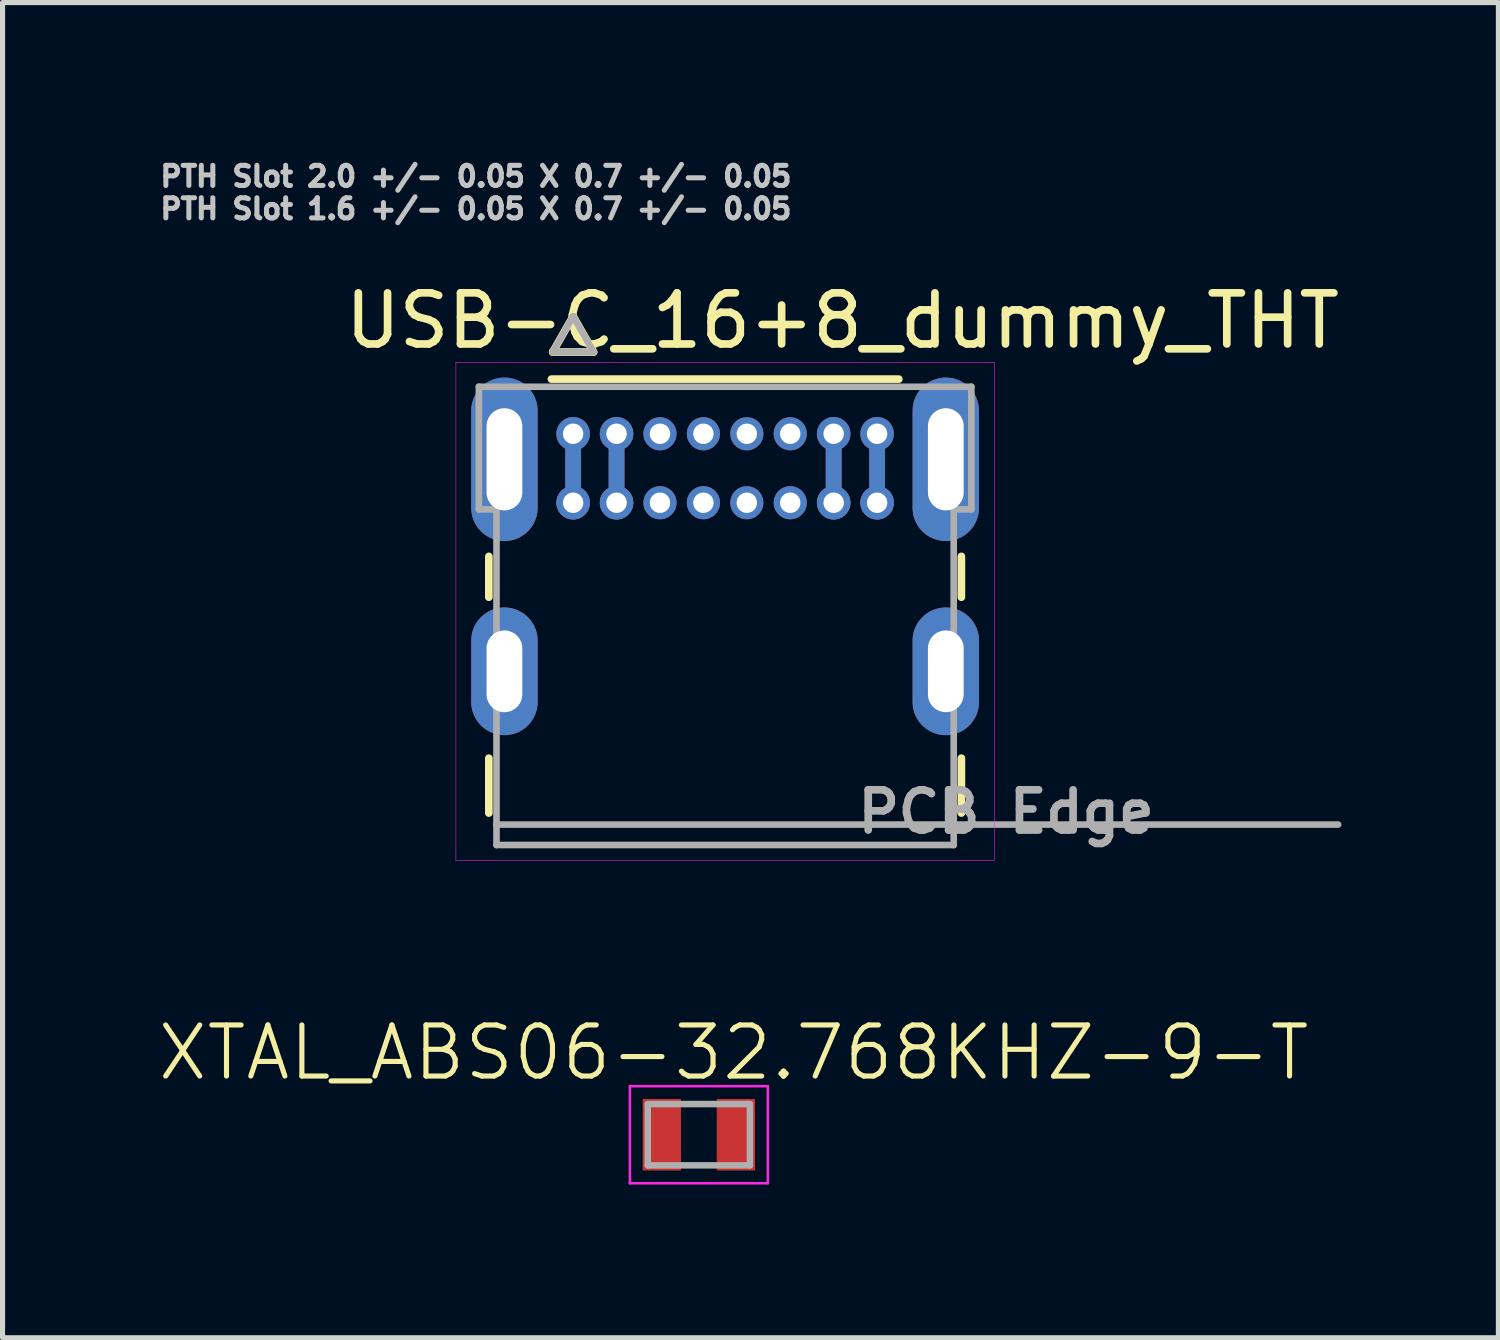
<source format=kicad_pcb>
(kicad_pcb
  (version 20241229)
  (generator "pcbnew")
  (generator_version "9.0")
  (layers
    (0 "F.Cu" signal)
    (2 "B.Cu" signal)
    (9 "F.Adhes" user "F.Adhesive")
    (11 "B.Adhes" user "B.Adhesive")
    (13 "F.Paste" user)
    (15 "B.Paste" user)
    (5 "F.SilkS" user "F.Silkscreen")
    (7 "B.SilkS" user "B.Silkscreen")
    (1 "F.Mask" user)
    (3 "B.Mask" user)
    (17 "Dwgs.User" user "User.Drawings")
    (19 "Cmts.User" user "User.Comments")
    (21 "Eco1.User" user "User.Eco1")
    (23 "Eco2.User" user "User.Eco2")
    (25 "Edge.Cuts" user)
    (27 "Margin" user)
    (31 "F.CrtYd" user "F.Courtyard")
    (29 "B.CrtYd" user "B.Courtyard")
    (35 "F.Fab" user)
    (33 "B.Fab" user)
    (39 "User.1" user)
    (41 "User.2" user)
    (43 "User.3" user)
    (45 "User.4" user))
  (footprint "XTAL_ABS06-32.768KHZ-9-T"
    (layer "F.Cu")
    (at 10.63 19.162)
    (property "Reference" "XTAL_ABS06-32.768KHZ-9-T" (at 0.682 -1.606 0) (layer "F.SilkS") (effects (font (size 1 1) (thickness 0.1))))
    (attr smd)
    (fp_line (start -1.35 -0.95) (end -1.35 0.95) (stroke (width 0.05) (type solid)) (layer "F.CrtYd"))
    (fp_line (start -1.35 0.95) (end 1.35 0.95) (stroke (width 0.05) (type solid)) (layer "F.CrtYd"))
    (fp_line (start 1.35 -0.95) (end -1.35 -0.95) (stroke (width 0.05) (type solid)) (layer "F.CrtYd"))
    (fp_line (start 1.35 0.95) (end 1.35 -0.95) (stroke (width 0.05) (type solid)) (layer "F.CrtYd"))
    (fp_line (start -1 -0.6) (end -1 0.6) (stroke (width 0.127) (type solid)) (layer "F.Fab"))
    (fp_line (start -1 -0.6) (end 1 -0.6) (stroke (width 0.127) (type solid)) (layer "F.Fab"))
    (fp_line (start -1 0.6) (end 1 0.6) (stroke (width 0.127) (type solid)) (layer "F.Fab"))
    (fp_line (start 1 -0.6) (end 1 0.6) (stroke (width 0.127) (type solid)) (layer "F.Fab"))
    (pad "1" smd rect (at -0.725 0) (size 0.75 1.4) (layers "F.Cu" "F.Mask" "F.Paste"))
    (pad "2" smd rect (at 0.725 0) (size 0.75 1.4) (layers "F.Cu" "F.Mask" "F.Paste")))
  (footprint "USB-C_16+8_dummy_THT"
    (layer "F.Cu")
    (at 11.144 13.091)
    (property "Reference" "USB-C_16+8_dummy_THT" (at 2.297 -9.863 0) (layer "F.SilkS") (effects (font (size 1 1) (thickness 0.15))))
    (attr through_hole)
    (fp_circle (center -1.275 -7.65) (end -1.081 -7.65) (stroke (width 0.388) (type solid)) (fill no) (layer "F.Mask"))
    (fp_circle (center -1.275 -6.3) (end -1.081 -6.3) (stroke (width 0.388) (type solid)) (fill no) (layer "F.Mask"))
    (fp_circle (center -0.425 -7.65) (end -0.231 -7.65) (stroke (width 0.388) (type solid)) (fill no) (layer "F.Mask"))
    (fp_circle (center -0.425 -6.3) (end -0.231 -6.3) (stroke (width 0.388) (type solid)) (fill no) (layer "F.Mask"))
    (fp_circle (center 0.425 -7.65) (end 0.619 -7.65) (stroke (width 0.388) (type solid)) (fill no) (layer "F.Mask"))
    (fp_circle (center 0.425 -6.3) (end 0.619 -6.3) (stroke (width 0.388) (type solid)) (fill no) (layer "F.Mask"))
    (fp_circle (center 1.275 -7.65) (end 1.469 -7.65) (stroke (width 0.388) (type solid)) (fill no) (layer "F.Mask"))
    (fp_circle (center 1.275 -6.3) (end 1.469 -6.3) (stroke (width 0.388) (type solid)) (fill no) (layer "F.Mask"))
    (fp_poly (pts (xy -3.188 -7.327) (xy -3.188 -6.623) (xy -3.238 -6.584) (xy -3.283 -6.535) (xy -3.318 -6.48) (xy -3.344 -6.418) (xy -3.359 -6.354) (xy -3.362 -6.288) (xy -3.355 -6.222) (xy -3.336 -6.159) (xy -3.306 -6.099) (xy -3.267 -6.046) (xy -3.22 -6) (xy -3.165 -5.962) (xy -3.105 -5.935) (xy -3.041 -5.918) (xy -2.975 -5.912) (xy -2.909 -5.918) (xy -2.845 -5.935) (xy -2.785 -5.962) (xy -2.73 -6) (xy -2.683 -6.046) (xy -2.644 -6.099) (xy -2.614 -6.159) (xy -2.595 -6.222) (xy -2.588 -6.288) (xy -2.591 -6.354) (xy -2.606 -6.418) (xy -2.632 -6.48) (xy -2.667 -6.535) (xy -2.712 -6.584) (xy -2.761 -6.623) (xy -2.761 -7.327) (xy -2.712 -7.366) (xy -2.667 -7.415) (xy -2.632 -7.47) (xy -2.606 -7.532) (xy -2.591 -7.596) (xy -2.588 -7.662) (xy -2.595 -7.728) (xy -2.614 -7.791) (xy -2.644 -7.851) (xy -2.683 -7.904) (xy -2.73 -7.95) (xy -2.785 -7.988) (xy -2.845 -8.015) (xy -2.909 -8.032) (xy -2.975 -8.038) (xy -3.041 -8.032) (xy -3.105 -8.015) (xy -3.165 -7.988) (xy -3.22 -7.95) (xy -3.267 -7.904) (xy -3.306 -7.851) (xy -3.336 -7.791) (xy -3.355 -7.728) (xy -3.362 -7.662) (xy -3.359 -7.596) (xy -3.344 -7.532) (xy -3.318 -7.47) (xy -3.283 -7.415) (xy -3.238 -7.366) (xy -3.188 -7.327) (xy -3.188 -7.327)) (stroke (width 0.01) (type solid)) (fill yes) (layer "F.Mask"))
    (fp_poly (pts (xy -1.911 -6.623) (xy -1.862 -6.584) (xy -1.817 -6.535) (xy -1.782 -6.48) (xy -1.756 -6.418) (xy -1.741 -6.354) (xy -1.738 -6.288) (xy -1.745 -6.222) (xy -1.764 -6.159) (xy -1.794 -6.099) (xy -1.833 -6.046) (xy -1.88 -6) (xy -1.935 -5.962) (xy -1.995 -5.935) (xy -2.059 -5.918) (xy -2.125 -5.912) (xy -2.191 -5.918) (xy -2.255 -5.935) (xy -2.315 -5.962) (xy -2.37 -6) (xy -2.417 -6.046) (xy -2.456 -6.099) (xy -2.486 -6.159) (xy -2.505 -6.222) (xy -2.512 -6.288) (xy -2.509 -6.354) (xy -2.494 -6.418) (xy -2.468 -6.48) (xy -2.433 -6.535) (xy -2.388 -6.584) (xy -2.338 -6.623) (xy -2.338 -7.327) (xy -2.388 -7.366) (xy -2.433 -7.415) (xy -2.468 -7.47) (xy -2.494 -7.532) (xy -2.509 -7.596) (xy -2.512 -7.662) (xy -2.505 -7.728) (xy -2.486 -7.791) (xy -2.456 -7.851) (xy -2.417 -7.904) (xy -2.37 -7.95) (xy -2.315 -7.988) (xy -2.255 -8.015) (xy -2.191 -8.032) (xy -2.125 -8.038) (xy -2.059 -8.032) (xy -1.995 -8.015) (xy -1.935 -7.988) (xy -1.88 -7.95) (xy -1.833 -7.904) (xy -1.794 -7.851) (xy -1.764 -7.791) (xy -1.745 -7.728) (xy -1.738 -7.662) (xy -1.741 -7.596) (xy -1.756 -7.532) (xy -1.782 -7.47) (xy -1.817 -7.415) (xy -1.862 -7.366) (xy -1.911 -7.327) (xy -1.911 -6.623) (xy -1.911 -6.623)) (stroke (width 0.01) (type solid)) (fill yes) (layer "F.Mask"))
    (fp_poly (pts (xy 2.338 -6.623) (xy 2.388 -6.584) (xy 2.433 -6.535) (xy 2.468 -6.48) (xy 2.494 -6.418) (xy 2.509 -6.354) (xy 2.512 -6.288) (xy 2.505 -6.222) (xy 2.486 -6.159) (xy 2.456 -6.099) (xy 2.417 -6.046) (xy 2.37 -6) (xy 2.315 -5.962) (xy 2.255 -5.935) (xy 2.191 -5.918) (xy 2.125 -5.912) (xy 2.059 -5.918) (xy 1.995 -5.935) (xy 1.935 -5.962) (xy 1.88 -6) (xy 1.833 -6.046) (xy 1.794 -6.099) (xy 1.764 -6.159) (xy 1.745 -6.222) (xy 1.738 -6.288) (xy 1.741 -6.354) (xy 1.756 -6.418) (xy 1.782 -6.48) (xy 1.817 -6.535) (xy 1.862 -6.584) (xy 1.911 -6.623) (xy 1.911 -7.327) (xy 1.862 -7.366) (xy 1.817 -7.415) (xy 1.782 -7.47) (xy 1.756 -7.532) (xy 1.741 -7.596) (xy 1.738 -7.662) (xy 1.745 -7.728) (xy 1.764 -7.791) (xy 1.794 -7.851) (xy 1.833 -7.904) (xy 1.88 -7.95) (xy 1.935 -7.988) (xy 1.995 -8.015) (xy 2.059 -8.032) (xy 2.125 -8.038) (xy 2.191 -8.032) (xy 2.255 -8.015) (xy 2.315 -7.988) (xy 2.37 -7.95) (xy 2.417 -7.904) (xy 2.456 -7.851) (xy 2.486 -7.791) (xy 2.505 -7.728) (xy 2.512 -7.662) (xy 2.509 -7.596) (xy 2.494 -7.532) (xy 2.468 -7.47) (xy 2.433 -7.415) (xy 2.388 -7.366) (xy 2.338 -7.327) (xy 2.338 -6.623) (xy 2.338 -6.623)) (stroke (width 0.01) (type solid)) (fill yes) (layer "F.Mask"))
    (fp_poly (pts (xy 2.761 -7.327) (xy 2.761 -6.623) (xy 2.712 -6.584) (xy 2.667 -6.535) (xy 2.632 -6.48) (xy 2.606 -6.418) (xy 2.591 -6.354) (xy 2.588 -6.288) (xy 2.595 -6.222) (xy 2.614 -6.159) (xy 2.644 -6.099) (xy 2.683 -6.046) (xy 2.73 -6) (xy 2.785 -5.962) (xy 2.845 -5.935) (xy 2.909 -5.918) (xy 2.975 -5.912) (xy 3.041 -5.918) (xy 3.105 -5.935) (xy 3.165 -5.962) (xy 3.22 -6) (xy 3.267 -6.046) (xy 3.306 -6.099) (xy 3.336 -6.159) (xy 3.355 -6.222) (xy 3.362 -6.288) (xy 3.359 -6.354) (xy 3.344 -6.418) (xy 3.318 -6.48) (xy 3.283 -6.535) (xy 3.238 -6.584) (xy 3.188 -6.623) (xy 3.188 -7.327) (xy 3.238 -7.366) (xy 3.283 -7.415) (xy 3.318 -7.47) (xy 3.344 -7.532) (xy 3.359 -7.596) (xy 3.362 -7.662) (xy 3.355 -7.728) (xy 3.336 -7.791) (xy 3.306 -7.851) (xy 3.267 -7.904) (xy 3.22 -7.95) (xy 3.165 -7.988) (xy 3.105 -8.015) (xy 3.041 -8.032) (xy 2.975 -8.038) (xy 2.909 -8.032) (xy 2.845 -8.015) (xy 2.785 -7.988) (xy 2.73 -7.95) (xy 2.683 -7.904) (xy 2.644 -7.851) (xy 2.614 -7.791) (xy 2.595 -7.728) (xy 2.588 -7.662) (xy 2.591 -7.596) (xy 2.606 -7.532) (xy 2.632 -7.47) (xy 2.667 -7.415) (xy 2.712 -7.366) (xy 2.761 -7.327) (xy 2.761 -7.327)) (stroke (width 0.01) (type solid)) (fill yes) (layer "F.Mask"))
    (fp_circle (center -2.975 -7.65) (end -2.781 -7.65) (stroke (width 0.388) (type solid)) (fill no) (layer "B.Mask"))
    (fp_circle (center -2.975 -6.3) (end -2.781 -6.3) (stroke (width 0.388) (type solid)) (fill no) (layer "B.Mask"))
    (fp_circle (center -2.125 -7.65) (end -1.931 -7.65) (stroke (width 0.388) (type solid)) (fill no) (layer "B.Mask"))
    (fp_circle (center -2.125 -6.3) (end -1.931 -6.3) (stroke (width 0.388) (type solid)) (fill no) (layer "B.Mask"))
    (fp_circle (center -1.275 -7.65) (end -1.081 -7.65) (stroke (width 0.388) (type solid)) (fill no) (layer "B.Mask"))
    (fp_circle (center -1.275 -6.3) (end -1.081 -6.3) (stroke (width 0.388) (type solid)) (fill no) (layer "B.Mask"))
    (fp_circle (center -0.425 -7.65) (end -0.231 -7.65) (stroke (width 0.388) (type solid)) (fill no) (layer "B.Mask"))
    (fp_circle (center -0.425 -6.3) (end -0.231 -6.3) (stroke (width 0.388) (type solid)) (fill no) (layer "B.Mask"))
    (fp_circle (center 0.425 -7.65) (end 0.619 -7.65) (stroke (width 0.388) (type solid)) (fill no) (layer "B.Mask"))
    (fp_circle (center 0.425 -6.3) (end 0.619 -6.3) (stroke (width 0.388) (type solid)) (fill no) (layer "B.Mask"))
    (fp_circle (center 1.275 -7.65) (end 1.469 -7.65) (stroke (width 0.388) (type solid)) (fill no) (layer "B.Mask"))
    (fp_circle (center 1.275 -6.3) (end 1.469 -6.3) (stroke (width 0.388) (type solid)) (fill no) (layer "B.Mask"))
    (fp_circle (center 2.125 -7.65) (end 2.319 -7.65) (stroke (width 0.388) (type solid)) (fill no) (layer "B.Mask"))
    (fp_circle (center 2.125 -6.3) (end 2.319 -6.3) (stroke (width 0.388) (type solid)) (fill no) (layer "B.Mask"))
    (fp_circle (center 2.975 -7.65) (end 3.169 -7.65) (stroke (width 0.388) (type solid)) (fill no) (layer "B.Mask"))
    (fp_circle (center 2.975 -6.3) (end 3.169 -6.3) (stroke (width 0.388) (type solid)) (fill no) (layer "B.Mask"))
    (fp_line (start -4.625 -5.25) (end -4.625 -4.45) (stroke (width 0.15) (type solid)) (layer "F.SilkS"))
    (fp_line (start -4.625 -0.225) (end -4.625 -1.3) (stroke (width 0.15) (type solid)) (layer "F.SilkS"))
    (fp_line (start -3.375 -9.25) (end -2.575 -9.25) (stroke (width 0.15) (type solid)) (layer "F.SilkS"))
    (fp_line (start -2.975 -9.95) (end -3.375 -9.25) (stroke (width 0.15) (type solid)) (layer "F.SilkS"))
    (fp_line (start -2.575 -9.25) (end -2.975 -9.95) (stroke (width 0.15) (type solid)) (layer "F.SilkS"))
    (fp_line (start 3.4 -8.72) (end -3.4 -8.72) (stroke (width 0.15) (type solid)) (layer "F.SilkS"))
    (fp_line (start 4.625 -4.45) (end 4.625 -5.25) (stroke (width 0.15) (type solid)) (layer "F.SilkS"))
    (fp_line (start 4.625 -0.225) (end 4.625 -1.3) (stroke (width 0.15) (type solid)) (layer "F.SilkS"))
    (fp_line (start -5.27 -9.05) (end -5.27 0.7) (stroke (width 0.01) (type solid)) (layer "F.CrtYd"))
    (fp_line (start -5.27 0.7) (end 5.27 0.7) (stroke (width 0.01) (type solid)) (layer "F.CrtYd"))
    (fp_line (start 5.27 -9.05) (end -5.27 -9.05) (stroke (width 0.01) (type solid)) (layer "F.CrtYd"))
    (fp_line (start 5.27 0.7) (end 5.27 -9.05) (stroke (width 0.01) (type solid)) (layer "F.CrtYd"))
    (fp_line (start -4.82 -8.57) (end -4.82 -6.17) (stroke (width 0.13) (type solid)) (layer "F.Fab"))
    (fp_line (start -4.82 -6.17) (end -4.475 -6.17) (stroke (width 0.13) (type solid)) (layer "F.Fab"))
    (fp_line (start -4.475 -6.17) (end -4.475 0) (stroke (width 0.13) (type solid)) (layer "F.Fab"))
    (fp_line (start -4.475 0) (end -4.475 0.4) (stroke (width 0.13) (type solid)) (layer "F.Fab"))
    (fp_line (start -4.475 0) (end 12 0) (stroke (width 0.13) (type solid)) (layer "F.Fab"))
    (fp_line (start -4.475 0.4) (end 4.475 0.4) (stroke (width 0.13) (type solid)) (layer "F.Fab"))
    (fp_line (start -3.375 -9.25) (end -2.575 -9.25) (stroke (width 0.13) (type solid)) (layer "F.Fab"))
    (fp_line (start -2.975 -9.95) (end -3.375 -9.25) (stroke (width 0.13) (type solid)) (layer "F.Fab"))
    (fp_line (start -2.575 -9.25) (end -2.975 -9.95) (stroke (width 0.13) (type solid)) (layer "F.Fab"))
    (fp_line (start 4.475 0.4) (end 4.475 -6.17) (stroke (width 0.13) (type solid)) (layer "F.Fab"))
    (fp_line (start 4.82 -8.57) (end -4.82 -8.57) (stroke (width 0.13) (type solid)) (layer "F.Fab"))
    (fp_line (start 4.82 -8.57) (end 4.82 -6.17) (stroke (width 0.13) (type solid)) (layer "F.Fab"))
    (fp_line (start 4.82 -6.17) (end 4.475 -6.17) (stroke (width 0.13) (type solid)) (layer "F.Fab"))
    (fp_text user "PTH Slot 2.0 +/- 0.05 X 0.7 +/- 0.05" (at -4.878 -12.688 0) (layer "Dwgs.User") (effects (font (size 0.394 0.394) (thickness 0.15))))
    (fp_text user "PTH Slot 1.6 +/- 0.05 X 0.7 +/- 0.05" (at -4.878 -12.053 0) (layer "Dwgs.User") (effects (font (size 0.394 0.394) (thickness 0.15))))
    (fp_text user "PCB Edge" (at 5.5 -0.25 0) (layer "F.Fab") (effects (font (size 0.787 0.787) (thickness 0.15))))
    (pad "A1" thru_hole custom (at -2.975 -7.65) (size 0.648 0.648) (drill 0.4) (layers "*.Cu") (options (anchor circle)) (primitives (gr_poly (pts (xy 0.15 1.063) (xy 0.2 1.095) (xy 0.242 1.134) (xy 0.276 1.18) (xy 0.302 1.231) (xy 0.318 1.286) (xy 0.324 1.343) (xy 0.32 1.4) (xy 0.306 1.456) (xy 0.283 1.508) (xy 0.251 1.555) (xy 0.211 1.596) (xy 0.164 1.629) (xy 0.112 1.654) (xy 0.057 1.669) (xy 0 1.674) (xy -0.057 1.669) (xy -0.112 1.654) (xy -0.164 1.629) (xy -0.211 1.596) (xy -0.251 1.555) (xy -0.283 1.508) (xy -0.306 1.456) (xy -0.32 1.4) (xy -0.324 1.343) (xy -0.318 1.286) (xy -0.302 1.231) (xy -0.276 1.18) (xy -0.242 1.134) (xy -0.2 1.095) (xy -0.15 1.063) (xy -0.15 0.287) (xy -0.2 0.255) (xy -0.242 0.216) (xy -0.276 0.17) (xy -0.302 0.119) (xy -0.318 0.064) (xy -0.324 0.007) (xy -0.32 -0.05) (xy -0.306 -0.106) (xy -0.283 -0.158) (xy -0.251 -0.205) (xy -0.211 -0.246) (xy -0.164 -0.279) (xy -0.112 -0.304) (xy -0.057 -0.319) (xy 0 -0.324) (xy 0.057 -0.319) (xy 0.112 -0.304) (xy 0.164 -0.279) (xy 0.211 -0.246) (xy 0.251 -0.205) (xy 0.283 -0.158) (xy 0.306 -0.106) (xy 0.32 -0.05) (xy 0.324 0.007) (xy 0.318 0.064) (xy 0.302 0.119) (xy 0.276 0.17) (xy 0.242 0.216) (xy 0.2 0.255) (xy 0.15 0.287) (xy 0.15 1.063) (xy 0.15 1.063)) (width 0.01) (fill yes))))
    (pad "A4" thru_hole custom (at -2.125 -7.65) (size 0.648 0.648) (drill 0.4) (layers "*.Cu") (options (anchor circle)) (primitives (gr_poly (pts (xy 0.15 1.063) (xy 0.2 1.095) (xy 0.242 1.134) (xy 0.276 1.18) (xy 0.302 1.231) (xy 0.318 1.286) (xy 0.324 1.343) (xy 0.32 1.4) (xy 0.306 1.456) (xy 0.283 1.508) (xy 0.251 1.555) (xy 0.211 1.596) (xy 0.164 1.629) (xy 0.112 1.654) (xy 0.057 1.669) (xy 0 1.674) (xy -0.057 1.669) (xy -0.112 1.654) (xy -0.164 1.629) (xy -0.211 1.596) (xy -0.251 1.555) (xy -0.283 1.508) (xy -0.306 1.456) (xy -0.32 1.4) (xy -0.324 1.343) (xy -0.318 1.286) (xy -0.302 1.231) (xy -0.276 1.18) (xy -0.242 1.134) (xy -0.2 1.095) (xy -0.15 1.063) (xy -0.15 0.287) (xy -0.2 0.255) (xy -0.242 0.216) (xy -0.276 0.17) (xy -0.302 0.119) (xy -0.318 0.064) (xy -0.324 0.007) (xy -0.32 -0.05) (xy -0.306 -0.106) (xy -0.283 -0.158) (xy -0.251 -0.205) (xy -0.211 -0.246) (xy -0.164 -0.279) (xy -0.112 -0.304) (xy -0.057 -0.319) (xy 0 -0.324) (xy 0.057 -0.319) (xy 0.112 -0.304) (xy 0.164 -0.279) (xy 0.211 -0.246) (xy 0.251 -0.205) (xy 0.283 -0.158) (xy 0.306 -0.106) (xy 0.32 -0.05) (xy 0.324 0.007) (xy 0.318 0.064) (xy 0.302 0.119) (xy 0.276 0.17) (xy 0.242 0.216) (xy 0.2 0.255) (xy 0.15 0.287) (xy 0.15 1.063) (xy 0.15 1.063)) (width 0.01) (fill yes))))
    (pad "A5" thru_hole circle (at -1.275 -7.65) (size 0.648 0.648) (drill 0.4) (layers "*.Cu"))
    (pad "A6" thru_hole circle (at -0.425 -7.65) (size 0.648 0.648) (drill 0.4) (layers "*.Cu"))
    (pad "A7" thru_hole circle (at 0.425 -7.65) (size 0.648 0.648) (drill 0.4) (layers "*.Cu"))
    (pad "A8" thru_hole circle (at 1.275 -7.65) (size 0.648 0.648) (drill 0.4) (layers "*.Cu"))
    (pad "A9" thru_hole custom (at 2.125 -7.65) (size 0.648 0.648) (drill 0.4) (layers "*.Cu") (options (anchor circle)) (primitives (gr_poly (pts (xy -0.15 0.287) (xy -0.15 1.063) (xy -0.2 1.095) (xy -0.242 1.134) (xy -0.276 1.18) (xy -0.302 1.231) (xy -0.318 1.286) (xy -0.324 1.343) (xy -0.32 1.4) (xy -0.306 1.456) (xy -0.283 1.508) (xy -0.251 1.555) (xy -0.211 1.596) (xy -0.164 1.629) (xy -0.112 1.654) (xy -0.057 1.669) (xy 0 1.674) (xy 0.057 1.669) (xy 0.112 1.654) (xy 0.164 1.629) (xy 0.211 1.596) (xy 0.251 1.555) (xy 0.283 1.508) (xy 0.306 1.456) (xy 0.32 1.4) (xy 0.324 1.343) (xy 0.318 1.286) (xy 0.302 1.231) (xy 0.276 1.18) (xy 0.242 1.134) (xy 0.2 1.095) (xy 0.15 1.063) (xy 0.15 0.287) (xy 0.2 0.255) (xy 0.242 0.216) (xy 0.276 0.17) (xy 0.302 0.119) (xy 0.318 0.064) (xy 0.324 0.007) (xy 0.32 -0.05) (xy 0.306 -0.106) (xy 0.283 -0.158) (xy 0.251 -0.205) (xy 0.211 -0.246) (xy 0.164 -0.279) (xy 0.112 -0.304) (xy 0.057 -0.319) (xy 0 -0.324) (xy -0.057 -0.319) (xy -0.112 -0.304) (xy -0.164 -0.279) (xy -0.211 -0.246) (xy -0.251 -0.205) (xy -0.283 -0.158) (xy -0.306 -0.106) (xy -0.32 -0.05) (xy -0.324 0.007) (xy -0.318 0.064) (xy -0.302 0.119) (xy -0.276 0.17) (xy -0.242 0.216) (xy -0.2 0.255) (xy -0.15 0.287) (xy -0.15 0.287)) (width 0.01) (fill yes))))
    (pad "A12" thru_hole custom (at 2.975 -7.65) (size 0.648 0.648) (drill 0.4) (layers "*.Cu") (options (anchor circle)) (primitives (gr_poly (pts (xy 0.15 1.063) (xy 0.2 1.095) (xy 0.242 1.134) (xy 0.276 1.18) (xy 0.302 1.231) (xy 0.318 1.286) (xy 0.324 1.343) (xy 0.32 1.4) (xy 0.306 1.456) (xy 0.283 1.508) (xy 0.251 1.555) (xy 0.211 1.596) (xy 0.164 1.629) (xy 0.112 1.654) (xy 0.057 1.669) (xy 0 1.674) (xy -0.057 1.669) (xy -0.112 1.654) (xy -0.164 1.629) (xy -0.211 1.596) (xy -0.251 1.555) (xy -0.283 1.508) (xy -0.306 1.456) (xy -0.32 1.4) (xy -0.324 1.343) (xy -0.318 1.286) (xy -0.302 1.231) (xy -0.276 1.18) (xy -0.242 1.134) (xy -0.2 1.095) (xy -0.15 1.063) (xy -0.15 0.287) (xy -0.2 0.255) (xy -0.242 0.216) (xy -0.276 0.17) (xy -0.302 0.119) (xy -0.318 0.064) (xy -0.324 0.007) (xy -0.32 -0.05) (xy -0.306 -0.106) (xy -0.283 -0.158) (xy -0.251 -0.205) (xy -0.211 -0.246) (xy -0.164 -0.279) (xy -0.112 -0.304) (xy -0.057 -0.319) (xy 0 -0.324) (xy 0.057 -0.319) (xy 0.112 -0.304) (xy 0.164 -0.279) (xy 0.211 -0.246) (xy 0.251 -0.205) (xy 0.283 -0.158) (xy 0.306 -0.106) (xy 0.32 -0.05) (xy 0.324 0.007) (xy 0.318 0.064) (xy 0.302 0.119) (xy 0.276 0.17) (xy 0.242 0.216) (xy 0.2 0.255) (xy 0.15 0.287) (xy 0.15 1.063) (xy 0.15 1.063)) (width 0.01) (fill yes))))
    (pad "B1" thru_hole circle (at 2.975 -6.3) (size 0.648 0.648) (drill 0.4) (layers "*.Cu"))
    (pad "B4" thru_hole circle (at 2.125 -6.3) (size 0.648 0.648) (drill 0.4) (layers "*.Cu"))
    (pad "B5" thru_hole circle (at 1.275 -6.3) (size 0.648 0.648) (drill 0.4) (layers "*.Cu"))
    (pad "B6" thru_hole circle (at 0.425 -6.3) (size 0.648 0.648) (drill 0.4) (layers "*.Cu"))
    (pad "B7" thru_hole circle (at -0.425 -6.3) (size 0.648 0.648) (drill 0.4) (layers "*.Cu"))
    (pad "B8" thru_hole circle (at -1.275 -6.3) (size 0.648 0.648) (drill 0.4) (layers "*.Cu"))
    (pad "B9" thru_hole circle (at -2.125 -6.3) (size 0.648 0.648) (drill 0.4) (layers "*.Cu"))
    (pad "B12" thru_hole circle (at -2.975 -6.3) (size 0.648 0.648) (drill 0.4) (layers "*.Cu"))
    (pad "SH1" thru_hole oval (at -4.32 -3) (size 1.3 2.5) (drill oval 0.7 1.6) (layers "*.Cu" "*.Mask"))
    (pad "SH2" thru_hole oval (at 4.32 -3) (size 1.3 2.5) (drill oval 0.7 1.6) (layers "*.Cu" "*.Mask"))
    (pad "SH3" thru_hole oval (at -4.32 -7.15) (size 1.3 3.2) (drill oval 0.7 2) (layers "*.Cu" "*.Mask"))
    (pad "SH4" thru_hole oval (at 4.32 -7.15) (size 1.3 3.2) (drill oval 0.7 2) (layers "*.Cu" "*.Mask")))
  (gr_rect
    (start -3 -3)
    (end 26.281 23.137)
    (stroke (width 0.1) (type default))
    (fill no)
    (layer "Edge.Cuts")))
</source>
